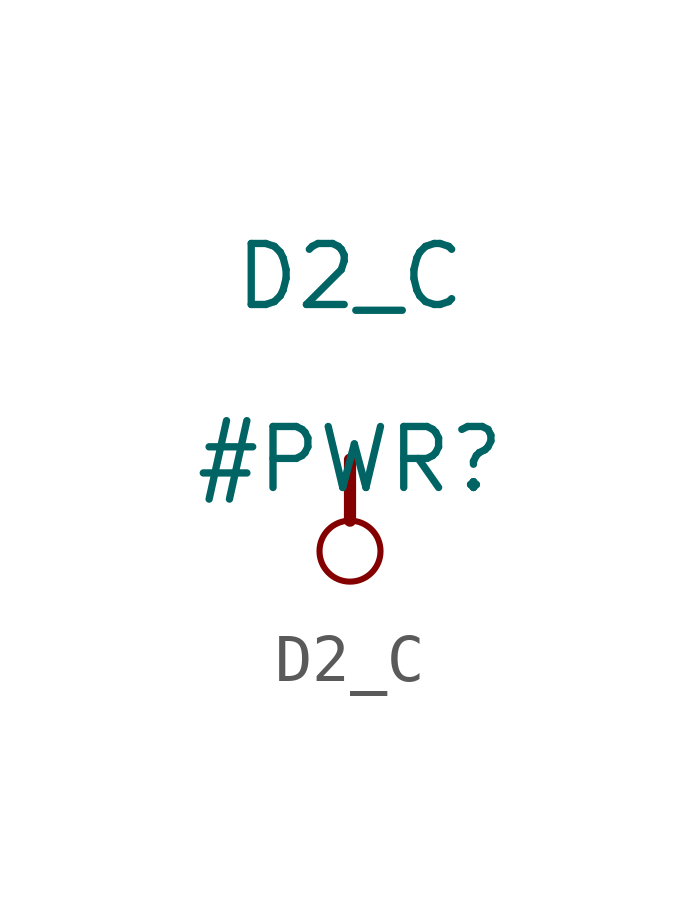
<source format=kicad_sym>
(kicad_symbol_lib
  (version 20211014)
  (generator kicad_symbol_editor)
  (symbol "D2_C"
    (power)
    (property "Reference" "#PWR"
      (at 0 0 0)
      (effects (font (size 1.27 1.27))))
    (property "Value" "D2_C"
      (at 0 3.81 0)
      (effects (font (size 1.27 1.27))))
    (symbol "D2_C_0_0"
      (circle (center 0 -1.905) (radius 0.635) (stroke (width 0.127) (type default) (color 0 0 0 0)) (fill (type none)))
      (polyline (pts (xy 0 0) (xy 0 -1.27)) (stroke (width 0.254) (type default) (color 0 0 0 0)) (fill (type none)))
      (pin power_in line (at 0 0 0) (length 0) hide (name "D2_C" (effects (font (size 1.27 1.27)))) (number "" (effects (font (size 1.27 1.27))))))))
</source>
